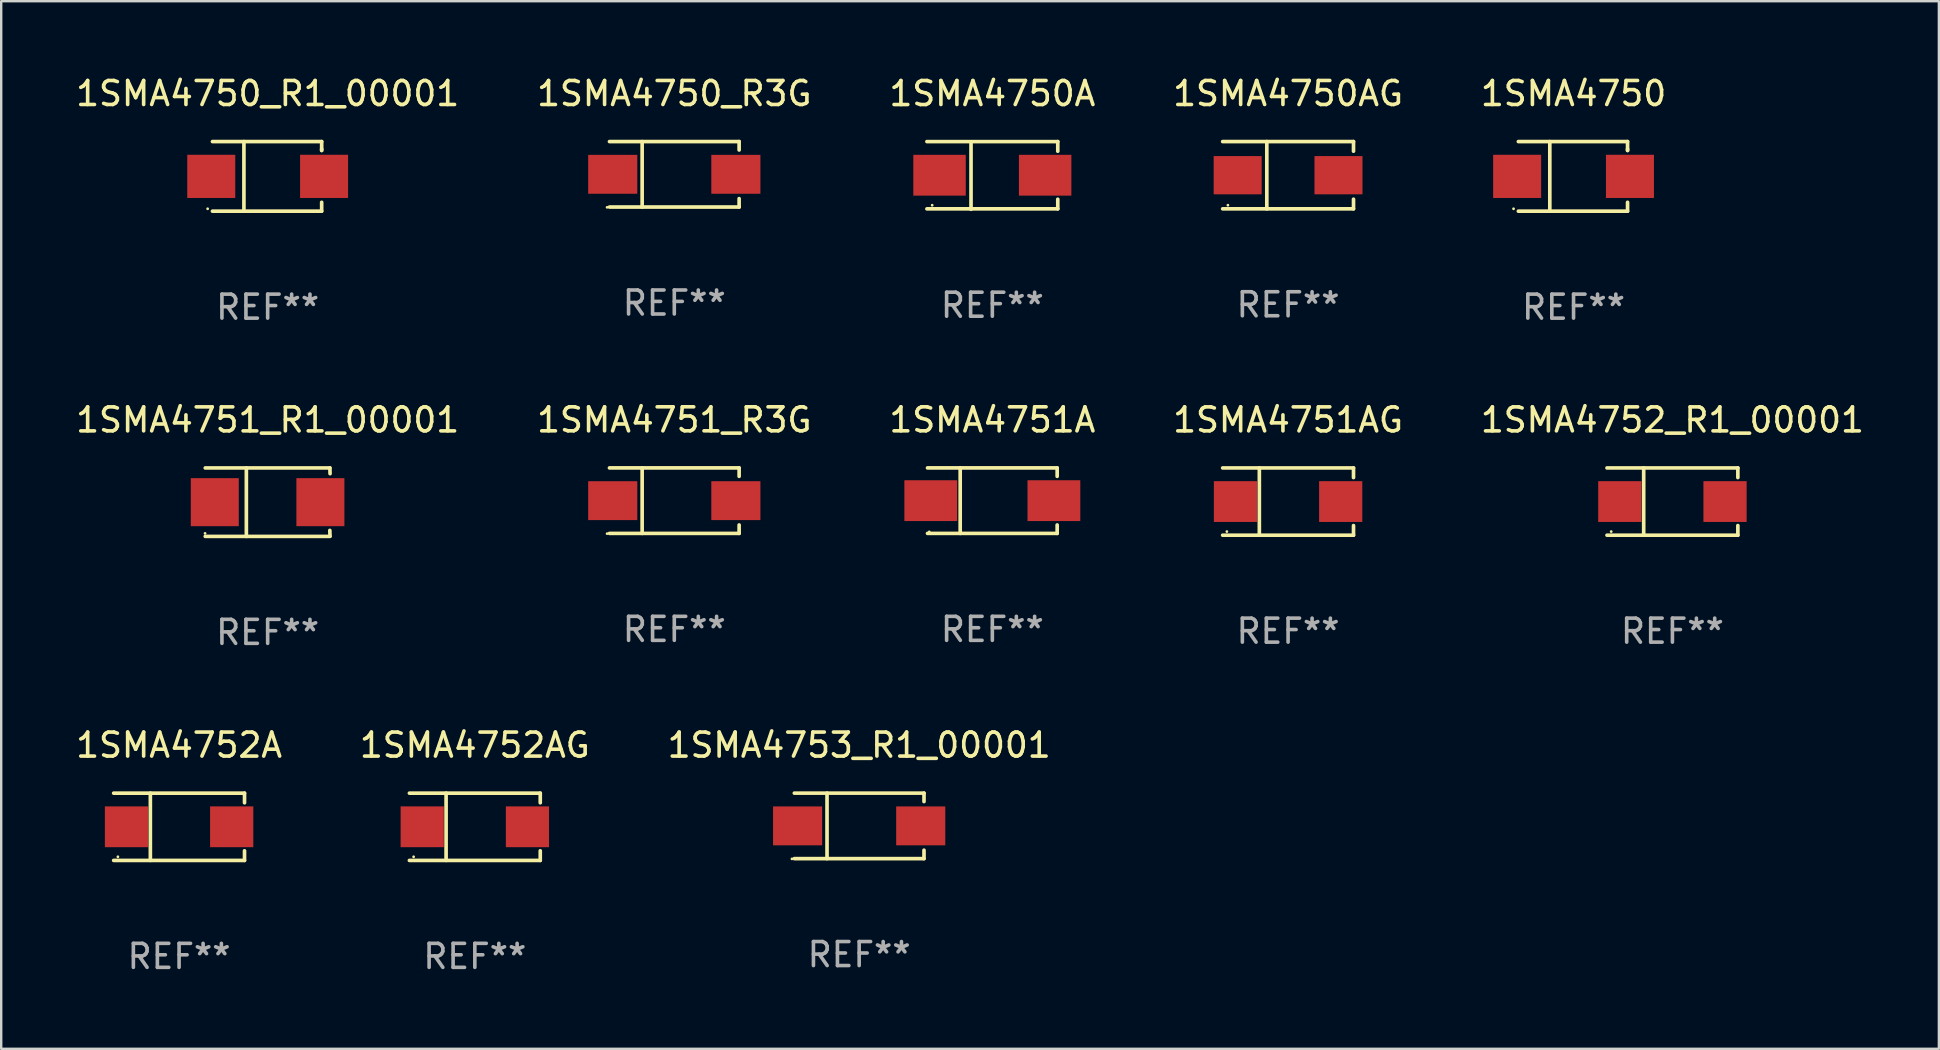
<source format=kicad_pcb>
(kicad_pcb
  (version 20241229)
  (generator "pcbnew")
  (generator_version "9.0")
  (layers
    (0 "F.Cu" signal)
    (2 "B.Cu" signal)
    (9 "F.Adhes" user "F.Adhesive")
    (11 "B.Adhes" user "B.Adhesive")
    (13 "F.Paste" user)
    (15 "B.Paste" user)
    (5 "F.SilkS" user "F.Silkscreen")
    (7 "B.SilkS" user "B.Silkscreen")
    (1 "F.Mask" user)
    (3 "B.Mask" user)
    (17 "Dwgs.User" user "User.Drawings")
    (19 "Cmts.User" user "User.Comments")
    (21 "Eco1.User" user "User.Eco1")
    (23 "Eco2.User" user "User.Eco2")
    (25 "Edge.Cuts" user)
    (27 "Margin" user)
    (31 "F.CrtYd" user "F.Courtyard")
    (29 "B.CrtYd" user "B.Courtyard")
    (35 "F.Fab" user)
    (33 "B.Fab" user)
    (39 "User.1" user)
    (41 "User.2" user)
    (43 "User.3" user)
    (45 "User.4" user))
  (footprint "1SMA4750_R3G"
    (layer "F.Cu")
    (at 25.042 4.212)
    (property "Reference" "1SMA4750_R3G" (at 0 -3.364 0) (layer "F.SilkS") (effects (font (size 1 1) (thickness 0.15))))
    (attr through_hole)
    (fp_line (start -2.701 -1.364) (end 2.701 -1.364) (stroke (width 0.152) (type solid)) (layer "F.SilkS"))
    (fp_line (start -2.701 1.364) (end 2.701 1.364) (stroke (width 0.152) (type solid)) (layer "F.SilkS"))
    (fp_line (start -1.339 -1.364) (end -1.339 1.364) (stroke (width 0.152) (type solid)) (layer "F.SilkS"))
    (fp_line (start 2.701 -1.364) (end 2.701 -1.013) (stroke (width 0.152) (type solid)) (layer "F.SilkS"))
    (fp_line (start 2.701 1.364) (end 2.701 1.013) (stroke (width 0.152) (type solid)) (layer "F.SilkS"))
    (fp_circle (center -2.8 1.375) (end -2.77 1.375) (stroke (width 0.06) (type solid)) (fill no) (layer "F.SilkS"))
    (fp_text user "REF**" (at 0 5.364 0) (layer "F.Fab") (effects (font (size 1 1) (thickness 0.15))))
    (pad "1" smd rect (at -2.565 -0.000025) (size 2.046 1.62) (layers "F.Cu" "F.Mask" "F.Paste"))
    (pad "2" smd rect (at 2.565 -0.000025) (size 2.046 1.62) (layers "F.Cu" "F.Mask" "F.Paste")))
  (footprint "1SMA4750AG"
    (layer "F.Cu")
    (at 50.613 4.249)
    (property "Reference" "1SMA4750AG" (at 0 -3.401 0) (layer "F.SilkS") (effects (font (size 1 1) (thickness 0.15))))
    (attr through_hole)
    (fp_line (start -2.726 -1.401) (end 2.726 -1.401) (stroke (width 0.152) (type solid)) (layer "F.SilkS"))
    (fp_line (start -2.726 1.401) (end 2.726 1.401) (stroke (width 0.152) (type solid)) (layer "F.SilkS"))
    (fp_line (start -0.886 -1.401) (end -0.886 1.401) (stroke (width 0.152) (type solid)) (layer "F.SilkS"))
    (fp_line (start 2.726 -1.401) (end 2.726 -1) (stroke (width 0.152) (type solid)) (layer "F.SilkS"))
    (fp_line (start 2.726 1.401) (end 2.726 1) (stroke (width 0.152) (type solid)) (layer "F.SilkS"))
    (fp_circle (center -2.507 1.25) (end -2.477 1.25) (stroke (width 0.06) (type solid)) (fill no) (layer "F.SilkS"))
    (fp_text user "REF**" (at 0 5.401 0) (layer "F.Fab") (effects (font (size 1 1) (thickness 0.15))))
    (pad "1" smd rect (at -2.1 0 180) (size 2 1.593) (layers "F.Cu" "F.Mask" "F.Paste"))
    (pad "2" smd rect (at 2.1 0 180) (size 2 1.593) (layers "F.Cu" "F.Mask" "F.Paste")))
  (footprint "1SMA4752A"
    (layer "F.Cu")
    (at 4.411 31.395)
    (property "Reference" "1SMA4752A" (at 0 -3.401 0) (layer "F.SilkS") (effects (font (size 1 1) (thickness 0.15))))
    (attr through_hole)
    (fp_line (start -2.726 -1.401) (end 2.726 -1.401) (stroke (width 0.152) (type solid)) (layer "F.SilkS"))
    (fp_line (start -2.726 1.401) (end 2.726 1.401) (stroke (width 0.152) (type solid)) (layer "F.SilkS"))
    (fp_line (start -1.197 -1.401) (end -1.197 1.401) (stroke (width 0.152) (type solid)) (layer "F.SilkS"))
    (fp_line (start 2.726 -1.401) (end 2.726 -1) (stroke (width 0.152) (type solid)) (layer "F.SilkS"))
    (fp_line (start 2.726 1.401) (end 2.726 1) (stroke (width 0.152) (type solid)) (layer "F.SilkS"))
    (fp_circle (center -2.55 1.25) (end -2.52 1.25) (stroke (width 0.06) (type solid)) (fill no) (layer "F.SilkS"))
    (fp_text user "REF**" (at 0 5.401 0) (layer "F.Fab") (effects (font (size 1 1) (thickness 0.15))))
    (pad "1" smd rect (at -2.192 0) (size 1.8 1.7) (layers "F.Cu" "F.Mask" "F.Paste"))
    (pad "2" smd rect (at 2.192 0) (size 1.8 1.7) (layers "F.Cu" "F.Mask" "F.Paste")))
  (footprint "1SMA4750"
    (layer "F.Cu")
    (at 62.506 4.298)
    (property "Reference" "1SMA4750" (at 0 -3.45 0) (layer "F.SilkS") (effects (font (size 1 1) (thickness 0.15))))
    (attr through_hole)
    (fp_line (start -2.3 -1.45) (end 2.25 -1.45) (stroke (width 0.152) (type solid)) (layer "F.SilkS"))
    (fp_line (start -0.989 -1.45) (end -0.989 1.45) (stroke (width 0.152) (type solid)) (layer "F.SilkS"))
    (fp_line (start 2.25 -1.45) (end 2.25 -1.08) (stroke (width 0.152) (type solid)) (layer "F.SilkS"))
    (fp_line (start 2.25 -1.08) (end 2.25 -1.142) (stroke (width 0.152) (type solid)) (layer "F.SilkS"))
    (fp_line (start 2.25 1.45) (end -2.3 1.45) (stroke (width 0.152) (type solid)) (layer "F.SilkS"))
    (fp_line (start 2.25 1.45) (end 2.25 1.08) (stroke (width 0.152) (type solid)) (layer "F.SilkS"))
    (fp_circle (center -2.5 1.35) (end -2.47 1.35) (stroke (width 0.06) (type solid)) (fill no) (layer "F.SilkS"))
    (fp_text user "REF**" (at 0 5.45 0) (layer "F.Fab") (effects (font (size 1 1) (thickness 0.15))))
    (pad "1" smd rect (at -2.35 0.000025) (size 2 1.8) (layers "F.Cu" "F.Mask" "F.Paste"))
    (pad "2" smd rect (at 2.35 0.000025) (size 2 1.8) (layers "F.Cu" "F.Mask" "F.Paste")))
  (footprint "1SMA4752_R1_00001"
    (layer "F.Cu")
    (at 66.625 17.846)
    (property "Reference" "1SMA4752_R1_00001" (at 0 -3.401 0) (layer "F.SilkS") (effects (font (size 1 1) (thickness 0.15))))
    (attr through_hole)
    (fp_line (start -2.726 -1.401) (end 2.726 -1.401) (stroke (width 0.152) (type solid)) (layer "F.SilkS"))
    (fp_line (start -2.726 1.401) (end 2.726 1.401) (stroke (width 0.152) (type solid)) (layer "F.SilkS"))
    (fp_line (start -1.197 -1.401) (end -1.197 1.401) (stroke (width 0.152) (type solid)) (layer "F.SilkS"))
    (fp_line (start 2.726 -1.401) (end 2.726 -1) (stroke (width 0.152) (type solid)) (layer "F.SilkS"))
    (fp_line (start 2.726 1.401) (end 2.726 1) (stroke (width 0.152) (type solid)) (layer "F.SilkS"))
    (fp_circle (center -2.55 1.25) (end -2.52 1.25) (stroke (width 0.06) (type solid)) (fill no) (layer "F.SilkS"))
    (fp_text user "REF**" (at 0 5.401 0) (layer "F.Fab") (effects (font (size 1 1) (thickness 0.15))))
    (pad "1" smd rect (at -2.192 0) (size 1.8 1.7) (layers "F.Cu" "F.Mask" "F.Paste"))
    (pad "2" smd rect (at 2.192 0) (size 1.8 1.7) (layers "F.Cu" "F.Mask" "F.Paste")))
  (footprint "1SMA4752AG"
    (layer "F.Cu")
    (at 16.732 31.395)
    (property "Reference" "1SMA4752AG" (at 0 -3.401 0) (layer "F.SilkS") (effects (font (size 1 1) (thickness 0.15))))
    (attr through_hole)
    (fp_line (start -2.726 -1.401) (end 2.726 -1.401) (stroke (width 0.152) (type solid)) (layer "F.SilkS"))
    (fp_line (start -2.726 1.401) (end 2.726 1.401) (stroke (width 0.152) (type solid)) (layer "F.SilkS"))
    (fp_line (start -1.197 -1.401) (end -1.197 1.401) (stroke (width 0.152) (type solid)) (layer "F.SilkS"))
    (fp_line (start 2.726 -1.401) (end 2.726 -1) (stroke (width 0.152) (type solid)) (layer "F.SilkS"))
    (fp_line (start 2.726 1.401) (end 2.726 1) (stroke (width 0.152) (type solid)) (layer "F.SilkS"))
    (fp_circle (center -2.55 1.25) (end -2.52 1.25) (stroke (width 0.06) (type solid)) (fill no) (layer "F.SilkS"))
    (fp_text user "REF**" (at 0 5.401 0) (layer "F.Fab") (effects (font (size 1 1) (thickness 0.15))))
    (pad "1" smd rect (at -2.192 0) (size 1.8 1.7) (layers "F.Cu" "F.Mask" "F.Paste"))
    (pad "2" smd rect (at 2.192 0) (size 1.8 1.7) (layers "F.Cu" "F.Mask" "F.Paste")))
  (footprint "1SMA4750_R1_00001"
    (layer "F.Cu")
    (at 8.101 4.298)
    (property "Reference" "1SMA4750_R1_00001" (at 0 -3.45 0) (layer "F.SilkS") (effects (font (size 1 1) (thickness 0.15))))
    (attr through_hole)
    (fp_line (start -2.3 -1.45) (end 2.25 -1.45) (stroke (width 0.152) (type solid)) (layer "F.SilkS"))
    (fp_line (start -0.989 -1.45) (end -0.989 1.45) (stroke (width 0.152) (type solid)) (layer "F.SilkS"))
    (fp_line (start 2.25 -1.45) (end 2.25 -1.08) (stroke (width 0.152) (type solid)) (layer "F.SilkS"))
    (fp_line (start 2.25 -1.08) (end 2.25 -1.142) (stroke (width 0.152) (type solid)) (layer "F.SilkS"))
    (fp_line (start 2.25 1.45) (end -2.3 1.45) (stroke (width 0.152) (type solid)) (layer "F.SilkS"))
    (fp_line (start 2.25 1.45) (end 2.25 1.08) (stroke (width 0.152) (type solid)) (layer "F.SilkS"))
    (fp_circle (center -2.5 1.35) (end -2.47 1.35) (stroke (width 0.06) (type solid)) (fill no) (layer "F.SilkS"))
    (fp_text user "REF**" (at 0 5.45 0) (layer "F.Fab") (effects (font (size 1 1) (thickness 0.15))))
    (pad "1" smd rect (at -2.35 0.000025) (size 2 1.8) (layers "F.Cu" "F.Mask" "F.Paste"))
    (pad "2" smd rect (at 2.35 0.000025) (size 2 1.8) (layers "F.Cu" "F.Mask" "F.Paste")))
  (footprint "1SMA4751_R1_00001"
    (layer "F.Cu")
    (at 8.101 17.871)
    (property "Reference" "1SMA4751_R1_00001" (at 0 -3.426 0) (layer "F.SilkS") (effects (font (size 1 1) (thickness 0.15))))
    (attr through_hole)
    (fp_line (start -2.6 -1.426) (end 2.593 -1.426) (stroke (width 0.152) (type solid)) (layer "F.SilkS"))
    (fp_line (start -2.6 1.426) (end 2.593 1.426) (stroke (width 0.152) (type solid)) (layer "F.SilkS"))
    (fp_line (start -0.887 -1.426) (end -0.887 1.426) (stroke (width 0.152) (type solid)) (layer "F.SilkS"))
    (fp_line (start 2.59 1.176) (end 2.597 1.415) (stroke (width 0.152) (type solid)) (layer "F.SilkS"))
    (fp_line (start 2.593 -1.426) (end 2.6 -1.187) (stroke (width 0.152) (type solid)) (layer "F.SilkS"))
    (fp_circle (center -2.608 1.3) (end -2.578 1.3) (stroke (width 0.06) (type solid)) (fill no) (layer "F.SilkS"))
    (fp_text user "REF**" (at 0 5.426 0) (layer "F.Fab") (effects (font (size 1 1) (thickness 0.15))))
    (pad "1" smd rect (at -2.203 0 180) (size 2 2) (layers "F.Cu" "F.Mask" "F.Paste"))
    (pad "2" smd rect (at 2.197 0 180) (size 2 2) (layers "F.Cu" "F.Mask" "F.Paste")))
  (footprint "1SMA4750A"
    (layer "F.Cu")
    (at 38.292 4.259)
    (property "Reference" "1SMA4750A" (at 0 -3.41 0) (layer "F.SilkS") (effects (font (size 1 1) (thickness 0.15))))
    (attr through_hole)
    (fp_line (start -2.726 -1.41) (end 2.726 -1.41) (stroke (width 0.152) (type solid)) (layer "F.SilkS"))
    (fp_line (start -2.726 1.392) (end 2.726 1.392) (stroke (width 0.152) (type solid)) (layer "F.SilkS"))
    (fp_line (start -0.888 -1.392) (end -0.888 1.41) (stroke (width 0.152) (type solid)) (layer "F.SilkS"))
    (fp_line (start 2.726 -1.41) (end 2.726 -1.009) (stroke (width 0.152) (type solid)) (layer "F.SilkS"))
    (fp_line (start 2.726 1.392) (end 2.726 0.991) (stroke (width 0.152) (type solid)) (layer "F.SilkS"))
    (fp_circle (center -2.507 1.241) (end -2.477 1.241) (stroke (width 0.06) (type solid)) (fill no) (layer "F.SilkS"))
    (fp_text user "REF**" (at 0 5.41 0) (layer "F.Fab") (effects (font (size 1 1) (thickness 0.15))))
    (pad "1" smd rect (at -2.2 -0.009 180) (size 2.185 1.7) (layers "F.Cu" "F.Mask" "F.Paste"))
    (pad "2" smd rect (at 2.2 -0.009 180) (size 2.185 1.7) (layers "F.Cu" "F.Mask" "F.Paste")))
  (footprint "1SMA4751A"
    (layer "F.Cu")
    (at 38.292 17.808)
    (property "Reference" "1SMA4751A" (at 0 -3.364 0) (layer "F.SilkS") (effects (font (size 1 1) (thickness 0.15))))
    (attr through_hole)
    (fp_line (start -2.701 -1.364) (end 2.701 -1.364) (stroke (width 0.152) (type solid)) (layer "F.SilkS"))
    (fp_line (start -2.701 1.364) (end 2.701 1.364) (stroke (width 0.152) (type solid)) (layer "F.SilkS"))
    (fp_line (start -1.339 -1.364) (end -1.339 1.364) (stroke (width 0.152) (type solid)) (layer "F.SilkS"))
    (fp_line (start 2.701 -1.364) (end 2.701 -1.013) (stroke (width 0.152) (type solid)) (layer "F.SilkS"))
    (fp_line (start 2.701 1.364) (end 2.701 1.013) (stroke (width 0.152) (type solid)) (layer "F.SilkS"))
    (fp_circle (center -2.628 1.3) (end -2.598 1.3) (stroke (width 0.06) (type solid)) (fill no) (layer "F.SilkS"))
    (fp_text user "REF**" (at 0 5.364 0) (layer "F.Fab") (effects (font (size 1 1) (thickness 0.15))))
    (pad "1" smd rect (at -2.565 0.000025) (size 2.2 1.7) (layers "F.Cu" "F.Mask" "F.Paste"))
    (pad "2" smd rect (at 2.565 0.000025) (size 2.2 1.7) (layers "F.Cu" "F.Mask" "F.Paste")))
  (footprint "1SMA4751AG"
    (layer "F.Cu")
    (at 50.613 17.846)
    (property "Reference" "1SMA4751AG" (at 0 -3.401 0) (layer "F.SilkS") (effects (font (size 1 1) (thickness 0.15))))
    (attr through_hole)
    (fp_line (start -2.726 -1.401) (end 2.726 -1.401) (stroke (width 0.152) (type solid)) (layer "F.SilkS"))
    (fp_line (start -2.726 1.401) (end 2.726 1.401) (stroke (width 0.152) (type solid)) (layer "F.SilkS"))
    (fp_line (start -1.197 -1.401) (end -1.197 1.401) (stroke (width 0.152) (type solid)) (layer "F.SilkS"))
    (fp_line (start 2.726 -1.401) (end 2.726 -1) (stroke (width 0.152) (type solid)) (layer "F.SilkS"))
    (fp_line (start 2.726 1.401) (end 2.726 1) (stroke (width 0.152) (type solid)) (layer "F.SilkS"))
    (fp_circle (center -2.55 1.25) (end -2.52 1.25) (stroke (width 0.06) (type solid)) (fill no) (layer "F.SilkS"))
    (fp_text user "REF**" (at 0 5.401 0) (layer "F.Fab") (effects (font (size 1 1) (thickness 0.15))))
    (pad "1" smd rect (at -2.192 0) (size 1.8 1.7) (layers "F.Cu" "F.Mask" "F.Paste"))
    (pad "2" smd rect (at 2.192 0) (size 1.8 1.7) (layers "F.Cu" "F.Mask" "F.Paste")))
  (footprint "1SMA4753_R1_00001"
    (layer "F.Cu")
    (at 32.744 31.357)
    (property "Reference" "1SMA4753_R1_00001" (at 0 -3.364 0) (layer "F.SilkS") (effects (font (size 1 1) (thickness 0.15))))
    (attr through_hole)
    (fp_line (start -2.701 -1.364) (end 2.701 -1.364) (stroke (width 0.152) (type solid)) (layer "F.SilkS"))
    (fp_line (start -2.701 1.364) (end 2.701 1.364) (stroke (width 0.152) (type solid)) (layer "F.SilkS"))
    (fp_line (start -1.339 -1.364) (end -1.339 1.364) (stroke (width 0.152) (type solid)) (layer "F.SilkS"))
    (fp_line (start 2.701 -1.364) (end 2.701 -1.013) (stroke (width 0.152) (type solid)) (layer "F.SilkS"))
    (fp_line (start 2.701 1.364) (end 2.701 1.013) (stroke (width 0.152) (type solid)) (layer "F.SilkS"))
    (fp_circle (center -2.8 1.375) (end -2.77 1.375) (stroke (width 0.06) (type solid)) (fill no) (layer "F.SilkS"))
    (fp_text user "REF**" (at 0 5.364 0) (layer "F.Fab") (effects (font (size 1 1) (thickness 0.15))))
    (pad "1" smd rect (at -2.565 -0.000025) (size 2.046 1.62) (layers "F.Cu" "F.Mask" "F.Paste"))
    (pad "2" smd rect (at 2.565 -0.000025) (size 2.046 1.62) (layers "F.Cu" "F.Mask" "F.Paste")))
  (footprint "1SMA4751_R3G"
    (layer "F.Cu")
    (at 25.042 17.808)
    (property "Reference" "1SMA4751_R3G" (at 0 -3.364 0) (layer "F.SilkS") (effects (font (size 1 1) (thickness 0.15))))
    (attr through_hole)
    (fp_line (start -2.701 -1.364) (end 2.701 -1.364) (stroke (width 0.152) (type solid)) (layer "F.SilkS"))
    (fp_line (start -2.701 1.364) (end 2.701 1.364) (stroke (width 0.152) (type solid)) (layer "F.SilkS"))
    (fp_line (start -1.339 -1.364) (end -1.339 1.364) (stroke (width 0.152) (type solid)) (layer "F.SilkS"))
    (fp_line (start 2.701 -1.364) (end 2.701 -1.013) (stroke (width 0.152) (type solid)) (layer "F.SilkS"))
    (fp_line (start 2.701 1.364) (end 2.701 1.013) (stroke (width 0.152) (type solid)) (layer "F.SilkS"))
    (fp_circle (center -2.8 1.375) (end -2.77 1.375) (stroke (width 0.06) (type solid)) (fill no) (layer "F.SilkS"))
    (fp_text user "REF**" (at 0 5.364 0) (layer "F.Fab") (effects (font (size 1 1) (thickness 0.15))))
    (pad "1" smd rect (at -2.565 -0.000025) (size 2.046 1.62) (layers "F.Cu" "F.Mask" "F.Paste"))
    (pad "2" smd rect (at 2.565 -0.000025) (size 2.046 1.62) (layers "F.Cu" "F.Mask" "F.Paste")))
  (gr_rect
    (start -3 -3)
    (end 77.726 40.644)
    (stroke (width 0.1) (type default))
    (fill no)
    (layer "Edge.Cuts")))
</source>
